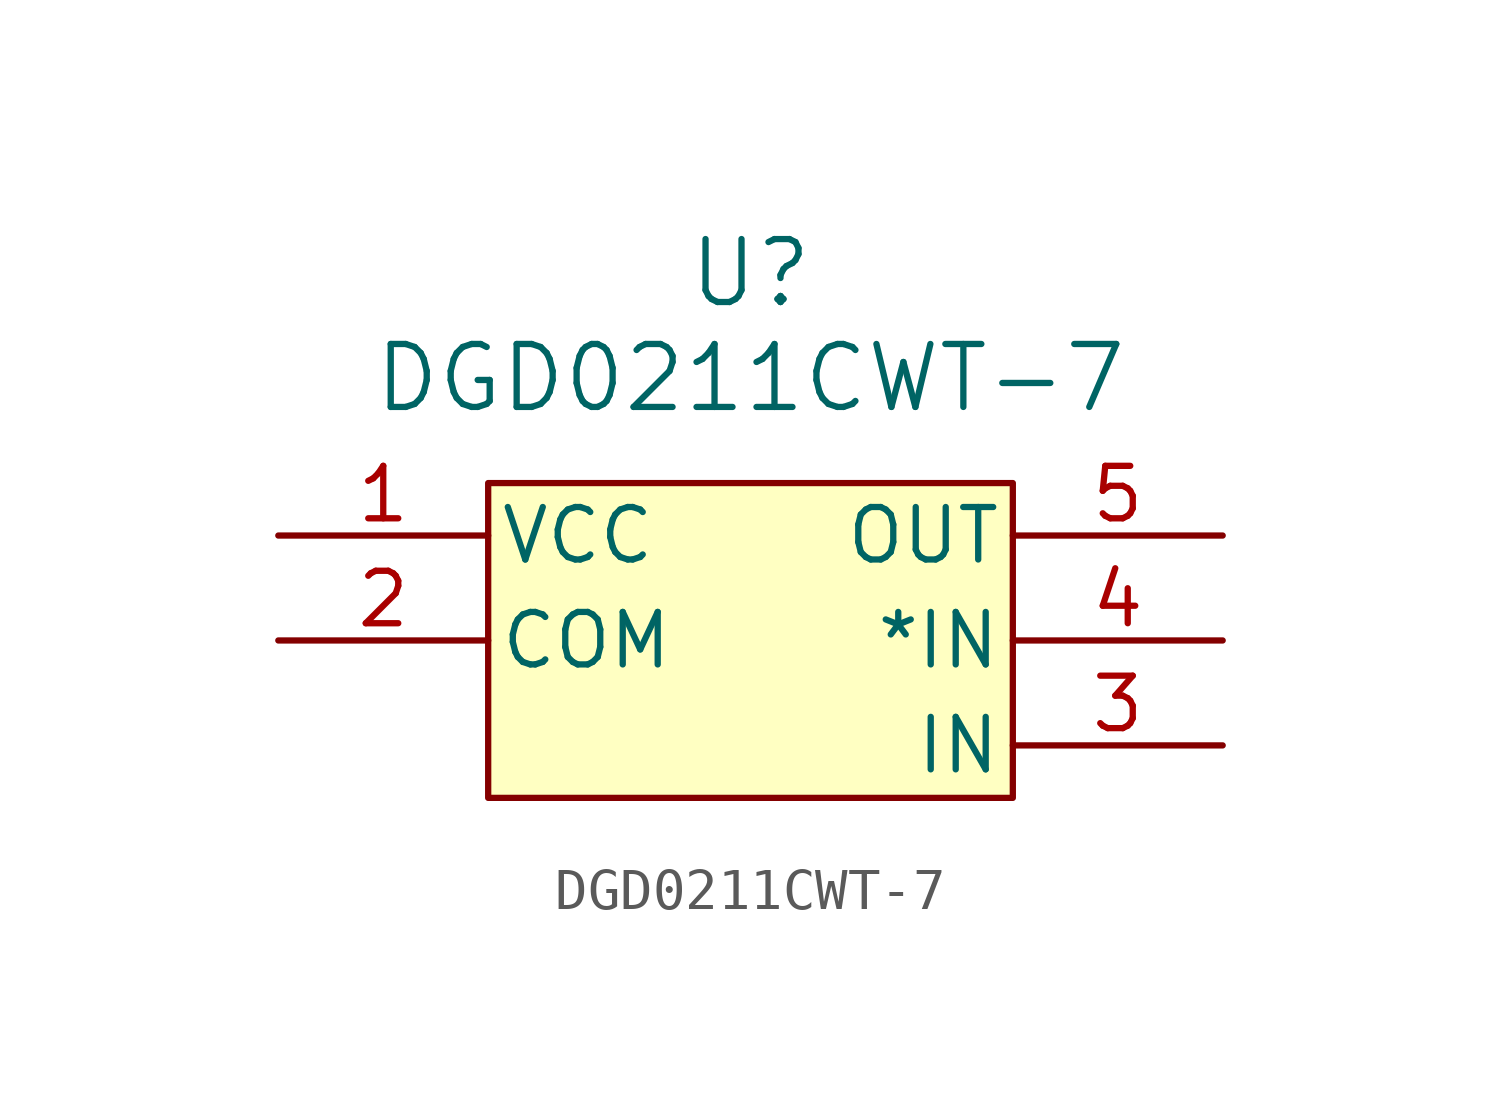
<source format=kicad_sym>
(kicad_symbol_lib
  (version 20220914)
  (generator kicad_symbol_editor)
  (symbol "DGD0211CWT-7"
    (pin_names
      (offset 0.254))
    (property "Reference" "U"
      (at 20.32 6.35 0)
      (effects (font (size 1.524 1.524))))
    (property "Value" "DGD0211CWT-7"
      (at 20.32 3.81 0)
      (effects (font (size 1.524 1.524))))
    (property "ki_locked" ""
      (at 0 0 0)
      (effects (font (size 1.27 1.27))))
    (symbol "DGD0211CWT-7_1_1"
      (rectangle (start 13.97 1.27) (end 26.67 -6.35) (stroke (width 0) (type default)) (fill (type background)))
      (pin power_in line (at 8.89 0 0) (length 5.08) (name "VCC" (effects (font (size 1.27 1.27)))) (number "1" (effects (font (size 1.27 1.27)))))
      (pin unspecified line (at 8.89 -2.54 0) (length 5.08) (name "COM" (effects (font (size 1.27 1.27)))) (number "2" (effects (font (size 1.27 1.27)))))
      (pin input line (at 31.75 -5.08 180) (length 5.08) (name "IN" (effects (font (size 1.27 1.27)))) (number "3" (effects (font (size 1.27 1.27)))))
      (pin unspecified line (at 31.75 -2.54 180) (length 5.08) (name "*IN" (effects (font (size 1.27 1.27)))) (number "4" (effects (font (size 1.27 1.27)))))
      (pin output line (at 31.75 0 180) (length 5.08) (name "OUT" (effects (font (size 1.27 1.27)))) (number "5" (effects (font (size 1.27 1.27))))))))
</source>
